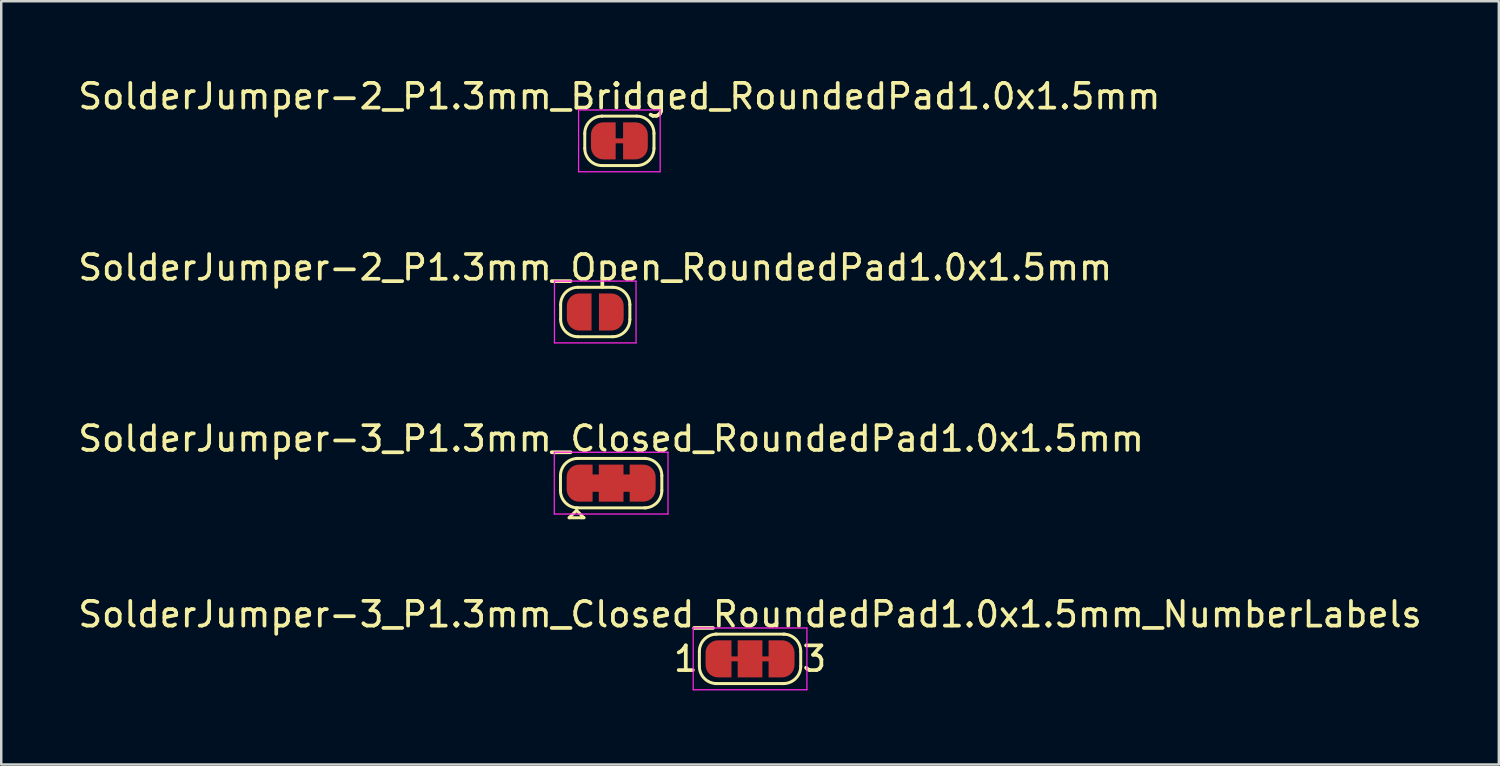
<source format=kicad_pcb>
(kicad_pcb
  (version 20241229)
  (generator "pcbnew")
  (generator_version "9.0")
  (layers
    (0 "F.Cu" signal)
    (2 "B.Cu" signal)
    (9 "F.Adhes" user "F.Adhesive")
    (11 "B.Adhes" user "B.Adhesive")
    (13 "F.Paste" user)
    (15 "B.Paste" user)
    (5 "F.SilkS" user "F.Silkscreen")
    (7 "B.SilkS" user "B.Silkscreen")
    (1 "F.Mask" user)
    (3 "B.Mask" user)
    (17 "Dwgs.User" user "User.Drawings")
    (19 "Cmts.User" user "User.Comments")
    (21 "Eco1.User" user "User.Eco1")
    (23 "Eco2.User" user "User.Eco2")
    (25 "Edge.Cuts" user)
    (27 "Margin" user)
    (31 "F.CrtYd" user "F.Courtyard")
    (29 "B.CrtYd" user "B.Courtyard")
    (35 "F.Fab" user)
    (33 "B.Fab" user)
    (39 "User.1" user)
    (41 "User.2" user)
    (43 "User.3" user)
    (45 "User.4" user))
  (footprint "SolderJumper-2_P1.3mm_Bridged_RoundedPad1.0x1.5mm"
    (layer "F.Cu")
    (at 22.006 2.648)
    (property "Reference" "SolderJumper-2_P1.3mm_Bridged_RoundedPad1.0x1.5mm" (at 0 -1.8 0) (layer "F.SilkS") (effects (font (size 1 1) (thickness 0.15))))
    (attr exclude_from_pos_files exclude_from_bom)
    (fp_poly (pts (xy 0.25 -0.1) (xy -0.25 -0.1) (xy -0.25 0.1) (xy 0.25 0.1)) (stroke (width 0) (type solid)) (fill yes) (layer "F.Cu"))
    (fp_poly (pts (xy 0.65 0.75) (xy -0.65 0.75) (xy -0.65 -0.75) (xy 0.65 -0.75)) (stroke (width 0.01) (type solid)) (fill yes) (layer "F.Mask"))
    (fp_line (start -1.4 0.3) (end -1.4 -0.3) (stroke (width 0.12) (type solid)) (layer "F.SilkS"))
    (fp_line (start -0.7 -1) (end 0.7 -1) (stroke (width 0.12) (type solid)) (layer "F.SilkS"))
    (fp_line (start 0.7 1) (end -0.7 1) (stroke (width 0.12) (type solid)) (layer "F.SilkS"))
    (fp_line (start 1.4 -0.3) (end 1.4 0.3) (stroke (width 0.12) (type solid)) (layer "F.SilkS"))
    (fp_arc (start -1.4 -0.3) (mid -1.194975 -0.794975) (end -0.7 -1) (stroke (width 0.12) (type solid)) (layer "F.SilkS"))
    (fp_arc (start -0.7 1) (mid -1.194975 0.794975) (end -1.4 0.3) (stroke (width 0.12) (type solid)) (layer "F.SilkS"))
    (fp_arc (start 0.7 -1) (mid 1.194975 -0.794975) (end 1.4 -0.3) (stroke (width 0.12) (type solid)) (layer "F.SilkS"))
    (fp_arc (start 1.4 0.3) (mid 1.194975 0.794975) (end 0.7 1) (stroke (width 0.12) (type solid)) (layer "F.SilkS"))
    (fp_line (start -1.65 -1.25) (end -1.65 1.25) (stroke (width 0.05) (type solid)) (layer "F.CrtYd"))
    (fp_line (start -1.65 -1.25) (end 1.65 -1.25) (stroke (width 0.05) (type solid)) (layer "F.CrtYd"))
    (fp_line (start 1.65 1.25) (end -1.65 1.25) (stroke (width 0.05) (type solid)) (layer "F.CrtYd"))
    (fp_line (start 1.65 1.25) (end 1.65 -1.25) (stroke (width 0.05) (type solid)) (layer "F.CrtYd"))
    (pad "1" smd custom (at -0.65 0) (size 1 0.5) (layers "F.Cu" "F.Mask") (options (anchor rect)) (primitives (gr_circle (center 0 0.25) (end 0.5 0.25) (width 0) (fill yes)) (gr_circle (center 0 -0.25) (end 0.5 -0.25) (width 0) (fill yes)) (gr_poly (pts (xy 0 -0.75) (xy 0.5 -0.75) (xy 0.5 0.75) (xy 0 0.75)) (width 0) (fill yes))))
    (pad "2" smd custom (at 0.65 0) (size 1 0.5) (layers "F.Cu" "F.Mask") (options (anchor rect)) (primitives (gr_circle (center 0 0.25) (end 0.5 0.25) (width 0) (fill yes)) (gr_circle (center 0 -0.25) (end 0.5 -0.25) (width 0) (fill yes)) (gr_poly (pts (xy 0 -0.75) (xy -0.5 -0.75) (xy -0.5 0.75) (xy 0 0.75)) (width 0) (fill yes)))))
  (footprint "SolderJumper-3_P1.3mm_Closed_RoundedPad1.0x1.5mm_NumberLabels"
    (layer "F.Cu")
    (at 27.292 23.603)
    (property "Reference" "SolderJumper-3_P1.3mm_Closed_RoundedPad1.0x1.5mm_NumberLabels" (at 0 -1.8 0) (layer "F.SilkS") (effects (font (size 1 1) (thickness 0.15))))
    (attr exclude_from_pos_files exclude_from_bom allow_soldermask_bridges)
    (fp_line (start -0.85 0) (end 0.85 0) (stroke (width 0.2) (type solid)) (layer "F.Cu"))
    (fp_poly (pts (xy 1.3 0.75) (xy -1.3 0.75) (xy -1.3 -0.75) (xy 1.3 -0.75)) (stroke (width 0.01) (type solid)) (fill yes) (layer "F.Mask"))
    (fp_line (start -2.05 0.3) (end -2.05 -0.3) (stroke (width 0.12) (type solid)) (layer "F.SilkS"))
    (fp_line (start -1.4 -1) (end 1.4 -1) (stroke (width 0.12) (type solid)) (layer "F.SilkS"))
    (fp_line (start 1.4 1) (end -1.4 1) (stroke (width 0.12) (type solid)) (layer "F.SilkS"))
    (fp_line (start 2.05 -0.3) (end 2.05 0.3) (stroke (width 0.12) (type solid)) (layer "F.SilkS"))
    (fp_arc (start -2.05 -0.3) (mid -1.844975 -0.794975) (end -1.35 -1) (stroke (width 0.12) (type solid)) (layer "F.SilkS"))
    (fp_arc (start -1.35 1) (mid -1.844975 0.794975) (end -2.05 0.3) (stroke (width 0.12) (type solid)) (layer "F.SilkS"))
    (fp_arc (start 1.35 -1) (mid 1.844975 -0.794975) (end 2.05 -0.3) (stroke (width 0.12) (type solid)) (layer "F.SilkS"))
    (fp_arc (start 2.05 0.3) (mid 1.844975 0.794975) (end 1.35 1) (stroke (width 0.12) (type solid)) (layer "F.SilkS"))
    (fp_line (start -2.3 -1.25) (end -2.3 1.25) (stroke (width 0.05) (type solid)) (layer "F.CrtYd"))
    (fp_line (start -2.3 -1.25) (end 2.3 -1.25) (stroke (width 0.05) (type solid)) (layer "F.CrtYd"))
    (fp_line (start 2.3 1.25) (end -2.3 1.25) (stroke (width 0.05) (type solid)) (layer "F.CrtYd"))
    (fp_line (start 2.3 1.25) (end 2.3 -1.25) (stroke (width 0.05) (type solid)) (layer "F.CrtYd"))
    (fp_text user "1" (at -2.6 0 0) (layer "F.SilkS") (effects (font (size 1 1) (thickness 0.15))))
    (fp_text user "3" (at 2.6 0 0) (layer "F.SilkS") (effects (font (size 1 1) (thickness 0.15))))
    (pad "1" smd custom (at -1.3 0) (size 1 0.5) (layers "F.Cu" "F.Mask") (options (anchor rect)) (primitives (gr_circle (center 0 0.25) (end 0.5 0.25) (width 0) (fill yes)) (gr_circle (center 0 -0.25) (end 0.5 -0.25) (width 0) (fill yes)) (gr_poly (pts (xy 0.55 -0.75) (xy 0 -0.75) (xy 0 0.75) (xy 0.55 0.75)) (width 0) (fill yes))))
    (pad "2" smd rect (at 0 0) (size 1 1.5) (layers "F.Cu" "F.Mask"))
    (pad "3" smd custom (at 1.3 0) (size 1 0.5) (layers "F.Cu" "F.Mask") (options (anchor rect)) (primitives (gr_circle (center 0 0.25) (end 0.5 0.25) (width 0) (fill yes)) (gr_circle (center 0 -0.25) (end 0.5 -0.25) (width 0) (fill yes)) (gr_poly (pts (xy -0.55 -0.75) (xy 0 -0.75) (xy 0 0.75) (xy -0.55 0.75)) (width 0) (fill yes)))))
  (footprint "SolderJumper-3_P1.3mm_Closed_RoundedPad1.0x1.5mm"
    (layer "F.Cu")
    (at 21.673 16.495)
    (property "Reference" "SolderJumper-3_P1.3mm_Closed_RoundedPad1.0x1.5mm" (at 0 -1.8 0) (layer "F.SilkS") (effects (font (size 1 1) (thickness 0.15))))
    (attr exclude_from_pos_files exclude_from_bom)
    (fp_poly (pts (xy 0.8 0.3) (xy -0.8 0.3) (xy -0.8 -0.3) (xy 0.8 -0.3)) (stroke (width 0.1) (type solid)) (fill yes) (layer "F.Cu"))
    (fp_poly (pts (xy 1.3 0.75) (xy -1.3 0.75) (xy -1.3 -0.75) (xy 1.3 -0.75)) (stroke (width 0.01) (type solid)) (fill yes) (layer "F.Mask"))
    (fp_line (start -2.05 0.3) (end -2.05 -0.3) (stroke (width 0.12) (type solid)) (layer "F.SilkS"))
    (fp_line (start -1.7 1.4) (end -1.2 1.4) (stroke (width 0.12) (type solid)) (layer "F.SilkS"))
    (fp_line (start -1.4 -1) (end 1.4 -1) (stroke (width 0.12) (type solid)) (layer "F.SilkS"))
    (fp_line (start -1.4 1.1) (end -1.7 1.4) (stroke (width 0.12) (type solid)) (layer "F.SilkS"))
    (fp_line (start -1.2 1.4) (end -1.1 1.4) (stroke (width 0.12) (type solid)) (layer "F.SilkS"))
    (fp_line (start -1.1 1.4) (end -1.4 1.1) (stroke (width 0.12) (type solid)) (layer "F.SilkS"))
    (fp_line (start 1.4 1) (end -1.4 1) (stroke (width 0.12) (type solid)) (layer "F.SilkS"))
    (fp_line (start 2.05 -0.3) (end 2.05 0.3) (stroke (width 0.12) (type solid)) (layer "F.SilkS"))
    (fp_arc (start -2.05 -0.3) (mid -1.844975 -0.794975) (end -1.35 -1) (stroke (width 0.12) (type solid)) (layer "F.SilkS"))
    (fp_arc (start -1.35 1) (mid -1.844975 0.794975) (end -2.05 0.3) (stroke (width 0.12) (type solid)) (layer "F.SilkS"))
    (fp_arc (start 1.35 -1) (mid 1.844975 -0.794975) (end 2.05 -0.3) (stroke (width 0.12) (type solid)) (layer "F.SilkS"))
    (fp_arc (start 2.05 0.3) (mid 1.844975 0.794975) (end 1.35 1) (stroke (width 0.12) (type solid)) (layer "F.SilkS"))
    (fp_line (start -2.3 -1.25) (end -2.3 1.25) (stroke (width 0.05) (type solid)) (layer "F.CrtYd"))
    (fp_line (start -2.3 -1.25) (end 2.3 -1.25) (stroke (width 0.05) (type solid)) (layer "F.CrtYd"))
    (fp_line (start 2.3 1.25) (end -2.3 1.25) (stroke (width 0.05) (type solid)) (layer "F.CrtYd"))
    (fp_line (start 2.3 1.25) (end 2.3 -1.25) (stroke (width 0.05) (type solid)) (layer "F.CrtYd"))
    (pad "1" smd custom (at -1.3 0) (size 1 0.5) (layers "F.Cu" "F.Mask") (options (anchor rect)) (primitives (gr_circle (center 0 0.25) (end 0.5 0.25) (width 0) (fill yes)) (gr_circle (center 0 -0.25) (end 0.5 -0.25) (width 0) (fill yes)) (gr_poly (pts (xy 0.55 -0.75) (xy 0 -0.75) (xy 0 0.75) (xy 0.55 0.75)) (width 0) (fill yes))))
    (pad "2" smd rect (at 0 0) (size 1 1.5) (layers "F.Cu" "F.Mask"))
    (pad "3" smd custom (at 1.3 0) (size 1 0.5) (layers "F.Cu" "F.Mask") (options (anchor rect)) (primitives (gr_circle (center 0 0.25) (end 0.5 0.25) (width 0) (fill yes)) (gr_circle (center 0 -0.25) (end 0.5 -0.25) (width 0) (fill yes)) (gr_poly (pts (xy -0.55 -0.75) (xy 0 -0.75) (xy 0 0.75) (xy -0.55 0.75)) (width 0) (fill yes)))))
  (footprint "SolderJumper-2_P1.3mm_Open_RoundedPad1.0x1.5mm"
    (layer "F.Cu")
    (at 21.03 9.572)
    (property "Reference" "SolderJumper-2_P1.3mm_Open_RoundedPad1.0x1.5mm" (at 0 -1.8 0) (layer "F.SilkS") (effects (font (size 1 1) (thickness 0.15))))
    (attr exclude_from_pos_files exclude_from_bom)
    (fp_poly (pts (xy 0.25 0.75) (xy -0.25 0.75) (xy -0.25 -0.75) (xy 0.25 -0.75)) (stroke (width 0) (type solid)) (fill yes) (layer "F.Mask"))
    (fp_line (start -1.4 0.3) (end -1.4 -0.3) (stroke (width 0.12) (type solid)) (layer "F.SilkS"))
    (fp_line (start -0.7 -1) (end 0.7 -1) (stroke (width 0.12) (type solid)) (layer "F.SilkS"))
    (fp_line (start 0.7 1) (end -0.7 1) (stroke (width 0.12) (type solid)) (layer "F.SilkS"))
    (fp_line (start 1.4 -0.3) (end 1.4 0.3) (stroke (width 0.12) (type solid)) (layer "F.SilkS"))
    (fp_arc (start -1.4 -0.3) (mid -1.194975 -0.794975) (end -0.7 -1) (stroke (width 0.12) (type solid)) (layer "F.SilkS"))
    (fp_arc (start -0.7 1) (mid -1.194975 0.794975) (end -1.4 0.3) (stroke (width 0.12) (type solid)) (layer "F.SilkS"))
    (fp_arc (start 0.7 -1) (mid 1.194975 -0.794975) (end 1.4 -0.3) (stroke (width 0.12) (type solid)) (layer "F.SilkS"))
    (fp_arc (start 1.4 0.3) (mid 1.194975 0.794975) (end 0.7 1) (stroke (width 0.12) (type solid)) (layer "F.SilkS"))
    (fp_line (start -1.65 -1.25) (end -1.65 1.25) (stroke (width 0.05) (type solid)) (layer "F.CrtYd"))
    (fp_line (start -1.65 -1.25) (end 1.65 -1.25) (stroke (width 0.05) (type solid)) (layer "F.CrtYd"))
    (fp_line (start 1.65 1.25) (end -1.65 1.25) (stroke (width 0.05) (type solid)) (layer "F.CrtYd"))
    (fp_line (start 1.65 1.25) (end 1.65 -1.25) (stroke (width 0.05) (type solid)) (layer "F.CrtYd"))
    (pad "1" smd custom (at -0.65 0) (size 1 0.5) (layers "F.Cu" "F.Mask") (options (anchor rect)) (primitives (gr_circle (center 0 0.25) (end 0.5 0.25) (width 0) (fill yes)) (gr_circle (center 0 -0.25) (end 0.5 -0.25) (width 0) (fill yes)) (gr_poly (pts (xy 0 -0.75) (xy 0.5 -0.75) (xy 0.5 0.75) (xy 0 0.75)) (width 0) (fill yes))))
    (pad "2" smd custom (at 0.65 0) (size 1 0.5) (layers "F.Cu" "F.Mask") (options (anchor rect)) (primitives (gr_circle (center 0 0.25) (end 0.5 0.25) (width 0) (fill yes)) (gr_circle (center 0 -0.25) (end 0.5 -0.25) (width 0) (fill yes)) (gr_poly (pts (xy 0 -0.75) (xy -0.5 -0.75) (xy -0.5 0.75) (xy 0 0.75)) (width 0) (fill yes)))))
  (gr_rect
    (start -3 -3)
    (end 57.583 27.878)
    (stroke (width 0.1) (type default))
    (fill no)
    (layer "Edge.Cuts")))
</source>
